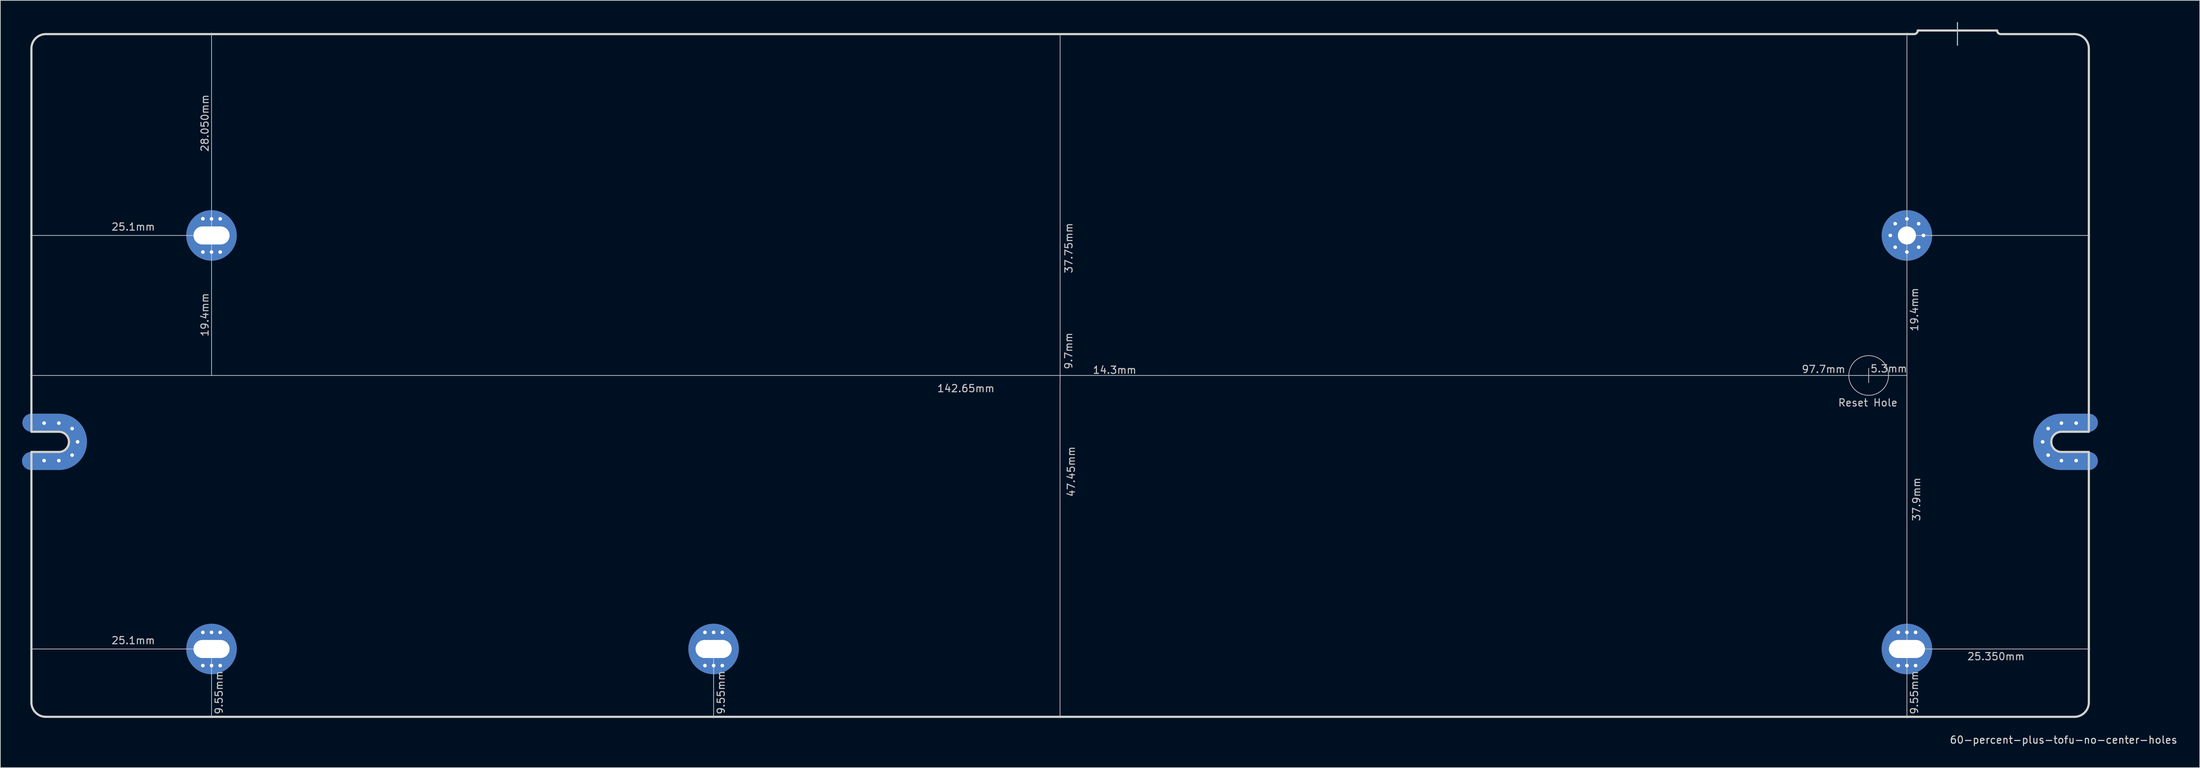
<source format=kicad_pcb>
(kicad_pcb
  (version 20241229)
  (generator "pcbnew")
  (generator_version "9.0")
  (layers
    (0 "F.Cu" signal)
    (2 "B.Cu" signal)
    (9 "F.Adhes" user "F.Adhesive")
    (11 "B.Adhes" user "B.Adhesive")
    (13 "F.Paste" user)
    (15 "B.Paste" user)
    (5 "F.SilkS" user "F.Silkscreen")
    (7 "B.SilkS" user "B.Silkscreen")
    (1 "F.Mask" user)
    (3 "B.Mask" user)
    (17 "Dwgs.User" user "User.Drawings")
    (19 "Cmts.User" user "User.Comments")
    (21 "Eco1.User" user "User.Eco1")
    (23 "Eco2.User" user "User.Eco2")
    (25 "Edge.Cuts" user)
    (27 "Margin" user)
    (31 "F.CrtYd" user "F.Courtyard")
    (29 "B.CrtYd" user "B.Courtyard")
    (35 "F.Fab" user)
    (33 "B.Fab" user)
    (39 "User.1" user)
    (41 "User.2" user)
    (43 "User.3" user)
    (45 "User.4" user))
  (footprint "60-percent-plus-tofu-no-center-holes"
    (layer "F.Cu")
    (at 143.801 48.975)
    (property "Reference" "60-percent-plus-tofu-no-center-holes" (at 139 50.5 180) (layer "Edge.Cuts") (effects (font (size 1 1) (thickness 0.15))))
    (attr through_hole)
    (fp_line (start -117.55 -19.4) (end -142.65 -19.4) (stroke (width 0.1) (type solid)) (layer "Dwgs.User"))
    (fp_line (start -117.55 -19.4) (end -117.55 -47.45) (stroke (width 0.1) (type solid)) (layer "Dwgs.User"))
    (fp_line (start -117.55 -19.4) (end -117.55 0) (stroke (width 0.1) (type solid)) (layer "Dwgs.User"))
    (fp_line (start -117.55 37.9) (end -117.55 47.45) (stroke (width 0.1) (type solid)) (layer "Dwgs.User"))
    (fp_line (start -117.53 37.9) (end -142.63 37.9) (stroke (width 0.1) (type solid)) (layer "Dwgs.User"))
    (fp_line (start -48 37.9) (end -48 47.45) (stroke (width 0.1) (type solid)) (layer "Dwgs.User"))
    (fp_line (start -0.01 0) (end -0.01 47.45) (stroke (width 0.1) (type solid)) (layer "Dwgs.User"))
    (fp_line (start 0 0) (end -142.65 0) (stroke (width 0.1) (type solid)) (layer "Dwgs.User"))
    (fp_line (start 0 0) (end 14.3 0) (stroke (width 0.1) (type solid)) (layer "Dwgs.User"))
    (fp_line (start 0 0.2) (end 0 -47.25) (stroke (width 0.1) (type solid)) (layer "Dwgs.User"))
    (fp_line (start 14.3 0) (end 112 0) (stroke (width 0.1) (type solid)) (layer "Dwgs.User"))
    (fp_line (start 112 0) (end 112 -1) (stroke (width 0.1) (type solid)) (layer "Dwgs.User"))
    (fp_line (start 112 0) (end 112 1) (stroke (width 0.1) (type solid)) (layer "Dwgs.User"))
    (fp_line (start 112 0) (end 117.3 0) (stroke (width 0.1) (type solid)) (layer "Dwgs.User"))
    (fp_line (start 117.3 -19.4) (end 117.3 -47.45) (stroke (width 0.1) (type solid)) (layer "Dwgs.User"))
    (fp_line (start 117.3 -19.4) (end 142.65 -19.4) (stroke (width 0.1) (type solid)) (layer "Dwgs.User"))
    (fp_line (start 117.3 0) (end 117.3 -19.4) (stroke (width 0.1) (type solid)) (layer "Dwgs.User"))
    (fp_line (start 117.3 37.9) (end 117.3 0) (stroke (width 0.1) (type solid)) (layer "Dwgs.User"))
    (fp_line (start 117.3 37.9) (end 117.3 47.45) (stroke (width 0.1) (type solid)) (layer "Dwgs.User"))
    (fp_line (start 117.3 37.9) (end 142.65 37.9) (stroke (width 0.1) (type solid)) (layer "Dwgs.User"))
    (fp_line (start 124.3 -48.9) (end 124.3 -45.75) (stroke (width 0.15) (type solid)) (layer "Dwgs.User"))
    (fp_circle (center 112.001 0) (end 114.751 0.03) (stroke (width 0.1) (type solid)) (fill no) (layer "Dwgs.User"))
    (fp_line (start -142.5 7.8) (end -142.5 -45.3) (stroke (width 0.3) (type solid)) (layer "Edge.Cuts"))
    (fp_line (start -142.5 10.6) (end -142.5 45.3) (stroke (width 0.3) (type solid)) (layer "Edge.Cuts"))
    (fp_line (start -140.5 -47.3) (end 118.3 -47.3) (stroke (width 0.3) (type solid)) (layer "Edge.Cuts"))
    (fp_line (start -138.7 7.8) (end -142.5 7.8) (stroke (width 0.3) (type solid)) (layer "Edge.Cuts"))
    (fp_line (start -138.7 10.6) (end -142.5 10.6) (stroke (width 0.3) (type solid)) (layer "Edge.Cuts"))
    (fp_line (start 129.8 -47.8) (end 118.8 -47.8) (stroke (width 0.3) (type solid)) (layer "Edge.Cuts"))
    (fp_line (start 138.7 7.8) (end 142.5 7.8) (stroke (width 0.3) (type solid)) (layer "Edge.Cuts"))
    (fp_line (start 140.5 -47.3) (end 130.3 -47.3) (stroke (width 0.3) (type solid)) (layer "Edge.Cuts"))
    (fp_line (start 140.5 47.3) (end -140.5 47.3) (stroke (width 0.3) (type solid)) (layer "Edge.Cuts"))
    (fp_line (start 142.5 7.8) (end 142.5 -45.3) (stroke (width 0.3) (type solid)) (layer "Edge.Cuts"))
    (fp_line (start 142.5 10.6) (end 138.7 10.6) (stroke (width 0.3) (type solid)) (layer "Edge.Cuts"))
    (fp_line (start 142.5 45.3) (end 142.5 10.6) (stroke (width 0.3) (type solid)) (layer "Edge.Cuts"))
    (fp_arc (start -142.5 -45.3) (mid -141.914214 -46.714214) (end -140.5 -47.3) (stroke (width 0.3) (type solid)) (layer "Edge.Cuts"))
    (fp_arc (start -140.5 47.3) (mid -141.914214 46.714214) (end -142.5 45.3) (stroke (width 0.3) (type solid)) (layer "Edge.Cuts"))
    (fp_arc (start -138.7 7.8) (mid -137.710051 8.210051) (end -137.3 9.2) (stroke (width 0.3) (type solid)) (layer "Edge.Cuts"))
    (fp_arc (start -137.3 9.2) (mid -137.710051 10.189949) (end -138.7 10.6) (stroke (width 0.3) (type solid)) (layer "Edge.Cuts"))
    (fp_arc (start 118.8 -47.8) (mid 118.653553 -47.446447) (end 118.3 -47.3) (stroke (width 0.3) (type solid)) (layer "Edge.Cuts"))
    (fp_arc (start 130.3 -47.3) (mid 129.946447 -47.446447) (end 129.8 -47.8) (stroke (width 0.3) (type solid)) (layer "Edge.Cuts"))
    (fp_arc (start 137.3 9.2) (mid 137.710051 8.210051) (end 138.7 7.8) (stroke (width 0.3) (type solid)) (layer "Edge.Cuts"))
    (fp_arc (start 138.7 10.6) (mid 137.710051 10.189949) (end 137.3 9.2) (stroke (width 0.3) (type solid)) (layer "Edge.Cuts"))
    (fp_arc (start 140.5 -47.3) (mid 141.914214 -46.714214) (end 142.5 -45.3) (stroke (width 0.3) (type solid)) (layer "Edge.Cuts"))
    (fp_arc (start 142.5 45.3) (mid 141.914214 46.714214) (end 140.5 47.3) (stroke (width 0.3) (type solid)) (layer "Edge.Cuts"))
    (fp_text user "9.55mm" (at 118.33 43.94 90) (layer "Dwgs.User") (effects (font (size 1 1) (thickness 0.15))))
    (fp_text user "28.050mm" (at -118.47 -34.96 90) (layer "Dwgs.User") (effects (font (size 1 1) (thickness 0.15))))
    (fp_text user "Reset Hole" (at 111.89 3.78 0) (layer "Dwgs.User") (effects (font (size 1 1) (thickness 0.15))))
    (fp_text user "9.55mm" (at -46.97 43.94 90) (layer "Dwgs.User") (effects (font (size 1 1) (thickness 0.15))))
    (fp_text user "97.7mm" (at 105.75 -0.86 0) (layer "Dwgs.User") (effects (font (size 1 1) (thickness 0.15))))
    (fp_text user "19.4mm" (at -118.48 -8.41 90) (layer "Dwgs.User") (effects (font (size 1 1) (thickness 0.15))))
    (fp_text user "9.7mm" (at 1.17 -3.4 270) (layer "Dwgs.User") (effects (font (size 1 1) (thickness 0.15))))
    (fp_text user "37.75mm" (at 1.2 -17.65 90) (layer "Dwgs.User") (effects (font (size 1 1) (thickness 0.15))))
    (fp_text user "25.350mm" (at 129.64 38.94 0) (layer "Dwgs.User") (effects (font (size 1 1) (thickness 0.15))))
    (fp_text user "14.3mm" (at 7.55 -0.75 0) (layer "Dwgs.User") (effects (font (size 1 1) (thickness 0.15))))
    (fp_text user "37.9mm" (at 118.63 17.16 90) (layer "Dwgs.User") (effects (font (size 1 1) (thickness 0.15))))
    (fp_text user "5.3mm" (at 114.8 -0.94 0) (layer "Dwgs.User") (effects (font (size 1 1) (thickness 0.15))))
    (fp_text user "25.1mm" (at -128.39 -20.59 0) (layer "Dwgs.User") (effects (font (size 1 1) (thickness 0.15))))
    (fp_text user "9.55mm" (at -116.52 43.94 90) (layer "Dwgs.User") (effects (font (size 1 1) (thickness 0.15))))
    (fp_text user "19.4mm" (at 118.34 -9.13 90) (layer "Dwgs.User") (effects (font (size 1 1) (thickness 0.15))))
    (fp_text user "25.1mm" (at -128.39 36.72 0) (layer "Dwgs.User") (effects (font (size 1 1) (thickness 0.15))))
    (fp_text user "142.65mm" (at -13.05 1.8 0) (layer "Dwgs.User") (effects (font (size 1 1) (thickness 0.15))))
    (fp_text user "47.45mm" (at 1.53 13.33 90) (layer "Dwgs.User") (effects (font (size 1 1) (thickness 0.15))))
    (pad "1" thru_hole circle (at -140.742 6.6 180) (size 1 1) (drill 0.5) (layers "*.Cu" "*.Mask"))
    (pad "1" thru_hole circle (at -140.742 11.8 180) (size 1 1) (drill 0.5) (layers "*.Cu" "*.Mask"))
    (pad "1" thru_hole circle (at -138.7 6.6 180) (size 1 1) (drill 0.5) (layers "*.Cu" "*.Mask"))
    (pad "1" thru_hole circle (at -138.7 11.8 180) (size 1 1) (drill 0.5) (layers "*.Cu" "*.Mask"))
    (pad "1" thru_hole circle (at -136.862 7.362 180) (size 1 1) (drill 0.5) (layers "*.Cu" "*.Mask"))
    (pad "1" thru_hole circle (at -136.862 11.038 180) (size 1 1) (drill 0.5) (layers "*.Cu" "*.Mask"))
    (pad "1" thru_hole custom (at -136.1 9.2) (size 1 1) (drill 0.5) (layers "*.Cu" "*.Mask") (options (anchor circle)) (primitives (gr_line (start -2.6 2.651) (end -6.45 2.651) (width 2.502)) (gr_line (start -2.6 -2.651) (end -6.4 -2.651) (width 2.502)) (gr_arc (start 0.05095 0) (mid -0.725495 1.874505) (end -2.6 2.65095) (width 2.5019)) (gr_arc (start -2.6 -2.65095) (mid -0.725495 -1.874505) (end 0.05095 0) (width 2.5019)) (gr_line (start -2.6 -2.651) (end -6.4 -2.651) (width 2.502)) (gr_line (start -2.6 2.651) (end -6.45 2.651) (width 2.502)) (gr_arc (start 0.05095 0) (mid -0.725495 1.874505) (end -2.6 2.65095) (width 2.5019)) (gr_arc (start -2.6 -2.65095) (mid -0.725495 -1.874505) (end 0.05095 0) (width 2.5019))))
    (pad "1" thru_hole circle (at -118.75 -21.717 180) (size 1 1) (drill 0.5) (layers "*.Cu" "*.Mask"))
    (pad "1" thru_hole circle (at -118.75 -17.1 180) (size 1 1) (drill 0.5) (layers "*.Cu" "*.Mask"))
    (pad "1" thru_hole circle (at -118.75 35.6 180) (size 1 1) (drill 0.5) (layers "*.Cu" "*.Mask"))
    (pad "1" thru_hole circle (at -118.75 40.2 180) (size 1 1) (drill 0.5) (layers "*.Cu" "*.Mask"))
    (pad "1" thru_hole circle (at -117.55 -21.7 180) (size 1 1) (drill 0.5) (layers "*.Cu" "*.Mask"))
    (pad "1" thru_hole circle (at -117.55 -19.4 180) (size 7 7) (drill oval 5 2.5) (layers "*.Cu" "*.Mask"))
    (pad "1" thru_hole circle (at -117.55 -17.1 180) (size 1 1) (drill 0.5) (layers "*.Cu" "*.Mask"))
    (pad "1" thru_hole circle (at -117.55 35.6 180) (size 1 1) (drill 0.5) (layers "*.Cu" "*.Mask"))
    (pad "1" thru_hole circle (at -117.55 37.9) (size 7 7) (drill oval 5 2.5) (layers "*.Cu" "*.Mask"))
    (pad "1" thru_hole circle (at -117.55 40.2 180) (size 1 1) (drill 0.5) (layers "*.Cu" "*.Mask"))
    (pad "1" thru_hole circle (at -116.35 -21.7 180) (size 1 1) (drill 0.5) (layers "*.Cu" "*.Mask"))
    (pad "1" thru_hole circle (at -116.35 -17.1 180) (size 1 1) (drill 0.5) (layers "*.Cu" "*.Mask"))
    (pad "1" thru_hole circle (at -116.35 35.6 180) (size 1 1) (drill 0.5) (layers "*.Cu" "*.Mask"))
    (pad "1" thru_hole circle (at -116.35 40.2 180) (size 1 1) (drill 0.5) (layers "*.Cu" "*.Mask"))
    (pad "1" thru_hole circle (at -49.2 35.6 180) (size 1 1) (drill 0.5) (layers "*.Cu" "*.Mask"))
    (pad "1" thru_hole circle (at -49.2 40.2 180) (size 1 1) (drill 0.5) (layers "*.Cu" "*.Mask"))
    (pad "1" thru_hole circle (at -48 35.6 180) (size 1 1) (drill 0.5) (layers "*.Cu" "*.Mask"))
    (pad "1" thru_hole circle (at -48 37.9) (size 7 7) (drill oval 5 2.5) (layers "*.Cu" "*.Mask"))
    (pad "1" thru_hole circle (at -48 40.2 180) (size 1 1) (drill 0.5) (layers "*.Cu" "*.Mask"))
    (pad "1" thru_hole circle (at -46.8 35.6 180) (size 1 1) (drill 0.5) (layers "*.Cu" "*.Mask"))
    (pad "1" thru_hole circle (at -46.8 40.2 180) (size 1 1) (drill 0.5) (layers "*.Cu" "*.Mask"))
    (pad "1" thru_hole circle (at 115 -19.4 180) (size 1 1) (drill 0.5) (layers "*.Cu" "*.Mask"))
    (pad "1" thru_hole circle (at 115.674 -21.026 180) (size 1 1) (drill 0.5) (layers "*.Cu" "*.Mask"))
    (pad "1" thru_hole circle (at 115.674 -17.774 180) (size 1 1) (drill 0.5) (layers "*.Cu" "*.Mask"))
    (pad "1" thru_hole circle (at 116.1 35.6 180) (size 1 1) (drill 0.5) (layers "*.Cu" "*.Mask"))
    (pad "1" thru_hole circle (at 116.1 40.2 180) (size 1 1) (drill 0.5) (layers "*.Cu" "*.Mask"))
    (pad "1" thru_hole circle (at 117.3 -21.7 180) (size 1 1) (drill 0.5) (layers "*.Cu" "*.Mask"))
    (pad "1" thru_hole circle (at 117.3 -19.4) (size 7 7) (drill 2.5) (layers "*.Cu" "*.Mask"))
    (pad "1" thru_hole circle (at 117.3 -17.1 180) (size 1 1) (drill 0.5) (layers "*.Cu" "*.Mask"))
    (pad "1" thru_hole circle (at 117.3 35.6 180) (size 1 1) (drill 0.5) (layers "*.Cu" "*.Mask"))
    (pad "1" thru_hole circle (at 117.3 37.9) (size 7 7) (drill oval 5 2.5) (layers "*.Cu" "*.Mask"))
    (pad "1" thru_hole circle (at 117.3 40.2 180) (size 1 1) (drill 0.5) (layers "*.Cu" "*.Mask"))
    (pad "1" thru_hole circle (at 118.5 35.6 180) (size 1 1) (drill 0.5) (layers "*.Cu" "*.Mask"))
    (pad "1" thru_hole circle (at 118.5 40.2 180) (size 1 1) (drill 0.5) (layers "*.Cu" "*.Mask"))
    (pad "1" thru_hole circle (at 118.926 -21.026 180) (size 1 1) (drill 0.5) (layers "*.Cu" "*.Mask"))
    (pad "1" thru_hole circle (at 118.926 -17.774 180) (size 1 1) (drill 0.5) (layers "*.Cu" "*.Mask"))
    (pad "1" thru_hole circle (at 119.6 -19.4 180) (size 1 1) (drill 0.5) (layers "*.Cu" "*.Mask"))
    (pad "1" thru_hole custom (at 136.1 9.2) (size 1 1) (drill 0.5) (layers "*.Cu" "*.Mask") (options (anchor circle)) (primitives (gr_arc (start -0.05095 0) (mid 0.725495 -1.874505) (end 2.6 -2.65095) (width 2.5019)) (gr_arc (start 2.6 2.65095) (mid 0.725495 1.874505) (end -0.05095 0) (width 2.5019)) (gr_line (start 6.4 2.651) (end 2.6 2.651) (width 2.502)) (gr_line (start 6.4 2.651) (end 2.6 2.651) (width 2.502)) (gr_arc (start -0.05095 0) (mid 0.725495 -1.874505) (end 2.6 -2.65095) (width 2.5019)) (gr_arc (start 2.6 2.65095) (mid 0.725495 1.874505) (end -0.05095 0) (width 2.5019)) (gr_line (start 6.4 -2.651) (end 2.6 -2.651) (width 2.502)) (gr_line (start 6.4 -2.651) (end 2.6 -2.651) (width 2.502))))
    (pad "1" thru_hole circle (at 136.862 7.362 180) (size 1 1) (drill 0.5) (layers "*.Cu" "*.Mask"))
    (pad "1" thru_hole circle (at 136.862 11.038 180) (size 1 1) (drill 0.5) (layers "*.Cu" "*.Mask"))
    (pad "1" thru_hole circle (at 138.7 6.6 180) (size 1 1) (drill 0.5) (layers "*.Cu" "*.Mask"))
    (pad "1" thru_hole circle (at 138.7 11.8 180) (size 1 1) (drill 0.5) (layers "*.Cu" "*.Mask"))
    (pad "1" thru_hole circle (at 140.742 6.6 180) (size 1 1) (drill 0.5) (layers "*.Cu" "*.Mask"))
    (pad "1" thru_hole circle (at 140.742 11.8 180) (size 1 1) (drill 0.5) (layers "*.Cu" "*.Mask")))
  (gr_rect
    (start -3 -3)
    (end 301.664 103.323)
    (stroke (width 0.1) (type default))
    (fill no)
    (layer "Edge.Cuts")))
</source>
